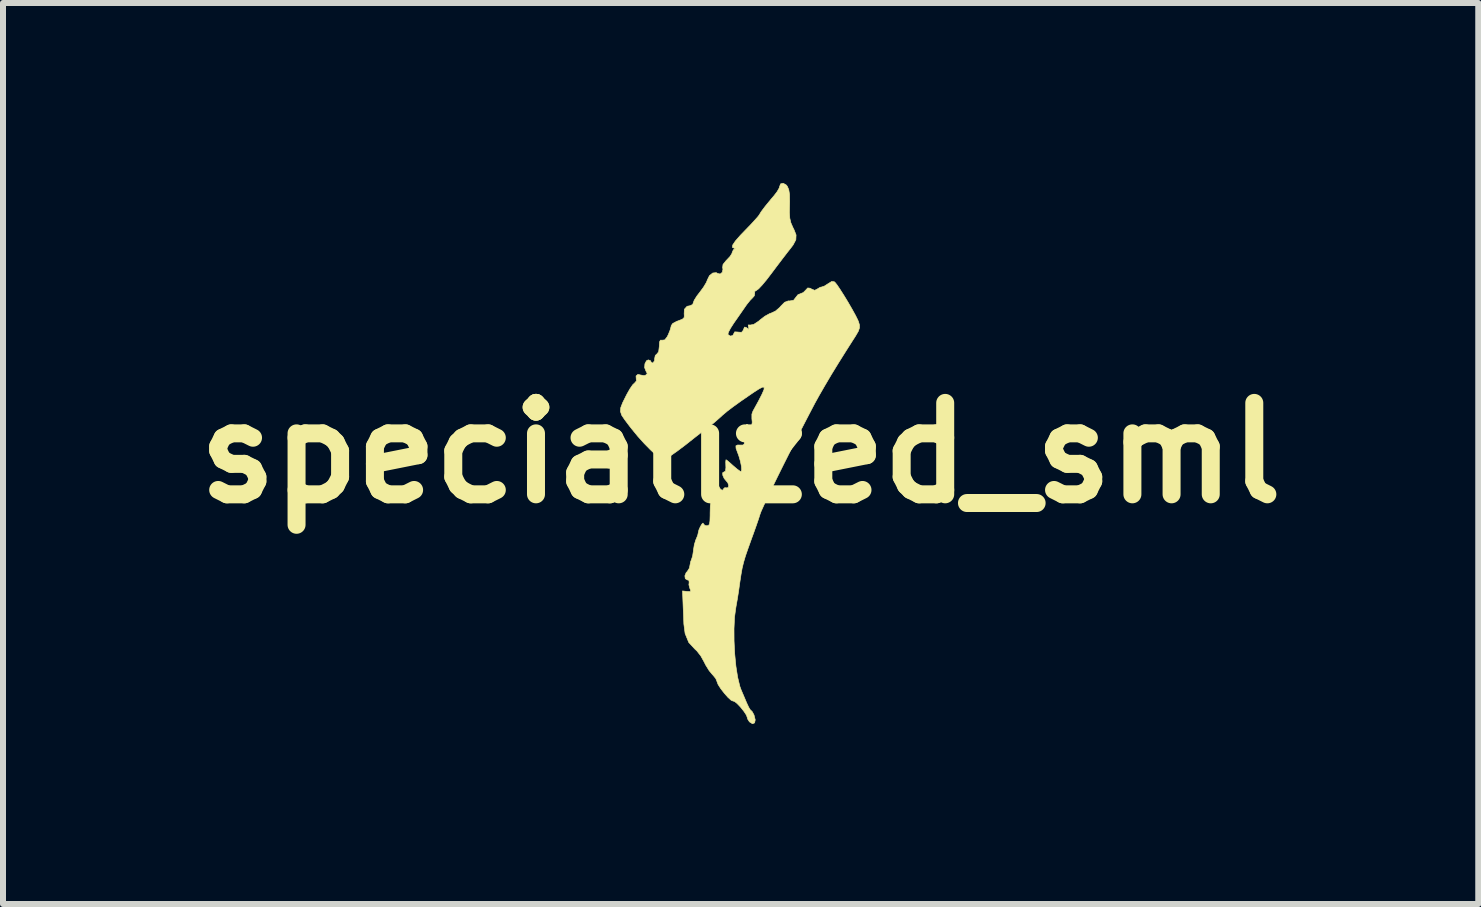
<source format=kicad_pcb>
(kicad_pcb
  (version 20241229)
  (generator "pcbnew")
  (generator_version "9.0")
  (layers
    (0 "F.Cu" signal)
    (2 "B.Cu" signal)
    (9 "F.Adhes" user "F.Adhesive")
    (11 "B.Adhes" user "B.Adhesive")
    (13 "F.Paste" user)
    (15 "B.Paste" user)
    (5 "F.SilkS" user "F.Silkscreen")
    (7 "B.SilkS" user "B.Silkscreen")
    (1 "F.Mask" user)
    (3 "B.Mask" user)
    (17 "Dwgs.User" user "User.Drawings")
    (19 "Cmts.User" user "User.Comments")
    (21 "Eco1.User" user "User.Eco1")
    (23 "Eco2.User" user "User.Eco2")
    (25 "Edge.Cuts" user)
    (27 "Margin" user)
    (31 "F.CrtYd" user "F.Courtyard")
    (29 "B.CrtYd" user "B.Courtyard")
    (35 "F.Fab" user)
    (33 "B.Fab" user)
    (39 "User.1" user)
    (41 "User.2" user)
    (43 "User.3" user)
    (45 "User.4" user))
  (footprint "specialized_sml"
    (layer "F.Cu")
    (at 9.296 4.501)
    (property "Reference" "specialized_sml" (at 0 0 0) (layer "F.SilkS") (effects (font (size 1.524 1.524) (thickness 0.3))))
    (attr through_hole)
    (fp_poly (pts (xy 0.761 -4.467) (xy 0.779 -4.445) (xy 0.803 -4.389) (xy 0.816 -4.309) (xy 0.818 -4.191) (xy 0.817 -4.142) (xy 0.814 -4.009) (xy 0.82 -3.914) (xy 0.838 -3.837) (xy 0.871 -3.761) (xy 0.891 -3.721) (xy 0.925 -3.634) (xy 0.921 -3.554) (xy 0.875 -3.467) (xy 0.832 -3.41) (xy 0.775 -3.338) (xy 0.696 -3.235) (xy 0.605 -3.115) (xy 0.518 -2.999) (xy 0.434 -2.889) (xy 0.359 -2.799) (xy 0.3 -2.736) (xy 0.264 -2.71) (xy 0.262 -2.709) (xy 0.233 -2.691) (xy 0.236 -2.668) (xy 0.229 -2.62) (xy 0.203 -2.59) (xy 0.159 -2.545) (xy 0.102 -2.474) (xy 0.079 -2.441) (xy 0.021 -2.357) (xy -0.052 -2.252) (xy -0.113 -2.165) (xy -0.167 -2.081) (xy -0.203 -2.013) (xy -0.212 -1.976) (xy -0.211 -1.975) (xy -0.173 -1.949) (xy -0.131 -1.957) (xy -0.113 -1.99) (xy -0.098 -2.019) (xy -0.046 -2.016) (xy -0.041 -2.015) (xy 0.016 -2.011) (xy 0.043 -2.043) (xy 0.048 -2.057) (xy 0.066 -2.099) (xy 0.096 -2.091) (xy 0.108 -2.082) (xy 0.139 -2.061) (xy 0.137 -2.085) (xy 0.132 -2.097) (xy 0.127 -2.134) (xy 0.161 -2.133) (xy 0.163 -2.133) (xy 0.219 -2.143) (xy 0.301 -2.197) (xy 0.325 -2.218) (xy 0.404 -2.279) (xy 0.482 -2.322) (xy 0.515 -2.334) (xy 0.581 -2.365) (xy 0.651 -2.425) (xy 0.669 -2.446) (xy 0.734 -2.512) (xy 0.794 -2.535) (xy 0.817 -2.534) (xy 0.883 -2.545) (xy 0.917 -2.589) (xy 0.956 -2.638) (xy 0.993 -2.653) (xy 1.045 -2.674) (xy 1.082 -2.711) (xy 1.119 -2.751) (xy 1.16 -2.746) (xy 1.182 -2.733) (xy 1.235 -2.711) (xy 1.273 -2.73) (xy 1.275 -2.731) (xy 1.327 -2.762) (xy 1.349 -2.766) (xy 1.397 -2.782) (xy 1.459 -2.822) (xy 1.46 -2.822) (xy 1.519 -2.859) (xy 1.561 -2.854) (xy 1.571 -2.847) (xy 1.604 -2.807) (xy 1.657 -2.729) (xy 1.722 -2.627) (xy 1.792 -2.512) (xy 1.859 -2.396) (xy 1.916 -2.293) (xy 1.955 -2.214) (xy 1.966 -2.187) (xy 1.982 -2.133) (xy 1.982 -2.086) (xy 1.963 -2.03) (xy 1.919 -1.954) (xy 1.86 -1.862) (xy 1.75 -1.689) (xy 1.631 -1.499) (xy 1.512 -1.305) (xy 1.402 -1.119) (xy 1.307 -0.954) (xy 1.24 -0.833) (xy 1.142 -0.646) (xy 1.037 -0.443) (xy 0.929 -0.23) (xy 0.82 -0.014) (xy 0.713 0.199) (xy 0.613 0.401) (xy 0.523 0.586) (xy 0.446 0.747) (xy 0.385 0.878) (xy 0.343 0.971) (xy 0.326 1.016) (xy 0.3 1.098) (xy 0.26 1.214) (xy 0.213 1.346) (xy 0.184 1.425) (xy 0.125 1.59) (xy 0.081 1.717) (xy 0.05 1.822) (xy 0.026 1.92) (xy 0.007 2.028) (xy -0.013 2.159) (xy -0.015 2.173) (xy -0.034 2.309) (xy -0.055 2.441) (xy -0.074 2.548) (xy -0.079 2.577) (xy -0.101 2.736) (xy -0.11 2.927) (xy -0.109 3.136) (xy -0.098 3.35) (xy -0.078 3.556) (xy -0.049 3.74) (xy -0.013 3.889) (xy 0.01 3.952) (xy 0.049 4.043) (xy 0.093 4.147) (xy 0.103 4.17) (xy 0.136 4.241) (xy 0.163 4.284) (xy 0.171 4.29) (xy 0.194 4.313) (xy 0.224 4.369) (xy 0.225 4.373) (xy 0.244 4.45) (xy 0.233 4.5) (xy 0.198 4.514) (xy 0.147 4.482) (xy 0.117 4.434) (xy 0.113 4.415) (xy 0.096 4.369) (xy 0.053 4.304) (xy -0.003 4.234) (xy -0.06 4.175) (xy -0.106 4.14) (xy -0.123 4.137) (xy -0.157 4.123) (xy -0.21 4.075) (xy -0.271 4.006) (xy -0.33 3.93) (xy -0.375 3.86) (xy -0.395 3.809) (xy -0.395 3.805) (xy -0.415 3.759) (xy -0.462 3.702) (xy -0.469 3.695) (xy -0.524 3.629) (xy -0.581 3.537) (xy -0.61 3.48) (xy -0.663 3.384) (xy -0.728 3.301) (xy -0.763 3.268) (xy -0.864 3.159) (xy -0.925 3.01) (xy -0.946 2.85) (xy -0.95 2.736) (xy -0.956 2.6) (xy -0.96 2.498) (xy -0.968 2.3) (xy -0.892 2.309) (xy -0.839 2.31) (xy -0.832 2.289) (xy -0.845 2.261) (xy -0.862 2.197) (xy -0.858 2.161) (xy -0.861 2.123) (xy -0.886 2.117) (xy -0.922 2.096) (xy -0.929 2.048) (xy -0.907 1.994) (xy -0.889 1.976) (xy -0.853 1.919) (xy -0.847 1.886) (xy -0.833 1.813) (xy -0.82 1.78) (xy -0.8 1.719) (xy -0.787 1.634) (xy -0.786 1.62) (xy -0.771 1.527) (xy -0.746 1.446) (xy -0.742 1.439) (xy -0.715 1.372) (xy -0.705 1.326) (xy -0.695 1.283) (xy -0.672 1.231) (xy -0.647 1.188) (xy -0.627 1.169) (xy -0.622 1.178) (xy -0.597 1.207) (xy -0.564 1.214) (xy -0.536 1.209) (xy -0.519 1.186) (xy -0.511 1.134) (xy -0.508 1.04) (xy -0.508 1.001) (xy -0.505 0.884) (xy -0.495 0.814) (xy -0.477 0.779) (xy -0.466 0.772) (xy -0.434 0.73) (xy -0.423 0.648) (xy -0.416 0.571) (xy -0.399 0.527) (xy -0.377 0.525) (xy -0.359 0.565) (xy -0.334 0.607) (xy -0.303 0.622) (xy -0.283 0.602) (xy -0.282 0.594) (xy -0.262 0.578) (xy -0.24 0.582) (xy -0.207 0.578) (xy -0.198 0.542) (xy -0.214 0.495) (xy -0.237 0.469) (xy -0.274 0.424) (xy -0.297 0.372) (xy -0.299 0.33) (xy -0.277 0.317) (xy -0.252 0.303) (xy -0.245 0.244) (xy -0.246 0.219) (xy -0.248 0.151) (xy -0.244 0.115) (xy -0.243 0.113) (xy -0.218 0.13) (xy -0.166 0.175) (xy -0.125 0.212) (xy -0.059 0.268) (xy -0.009 0.304) (xy 0.007 0.31) (xy 0.018 0.286) (xy 0.014 0.224) (xy -0.003 0.139) (xy -0.03 0.047) (xy -0.046 0.004) (xy -0.076 -0.077) (xy -0.078 -0.119) (xy -0.05 -0.133) (xy -0.007 -0.132) (xy 0.037 -0.132) (xy 0.059 -0.147) (xy 0.066 -0.19) (xy 0.063 -0.276) (xy 0.062 -0.287) (xy 0.064 -0.388) (xy 0.08 -0.454) (xy 0.106 -0.479) (xy 0.138 -0.456) (xy 0.143 -0.449) (xy 0.167 -0.434) (xy 0.186 -0.46) (xy 0.194 -0.513) (xy 0.188 -0.572) (xy 0.188 -0.647) (xy 0.206 -0.697) (xy 0.296 -0.861) (xy 0.357 -0.98) (xy 0.39 -1.056) (xy 0.393 -1.095) (xy 0.367 -1.098) (xy 0.312 -1.071) (xy 0.226 -1.016) (xy 0.182 -0.986) (xy 0.012 -0.869) (xy -0.119 -0.775) (xy -0.222 -0.697) (xy -0.304 -0.628) (xy -0.344 -0.591) (xy -0.435 -0.511) (xy -0.536 -0.43) (xy -0.564 -0.409) (xy -0.655 -0.342) (xy -0.744 -0.273) (xy -0.771 -0.252) (xy -0.921 -0.133) (xy -1.055 -0.032) (xy -1.165 0.045) (xy -1.244 0.095) (xy -1.288 0.113) (xy -1.288 0.113) (xy -1.335 0.092) (xy -1.409 0.035) (xy -1.502 -0.052) (xy -1.607 -0.159) (xy -1.715 -0.279) (xy -1.818 -0.405) (xy -1.851 -0.447) (xy -1.931 -0.553) (xy -1.982 -0.629) (xy -2.003 -0.692) (xy -1.998 -0.755) (xy -1.967 -0.836) (xy -1.911 -0.949) (xy -1.894 -0.982) (xy -1.844 -1.07) (xy -1.798 -1.137) (xy -1.766 -1.167) (xy -1.736 -1.202) (xy -1.739 -1.225) (xy -1.743 -1.283) (xy -1.712 -1.31) (xy -1.669 -1.3) (xy -1.608 -1.289) (xy -1.581 -1.298) (xy -1.556 -1.325) (xy -1.577 -1.364) (xy -1.578 -1.366) (xy -1.6 -1.422) (xy -1.595 -1.487) (xy -1.569 -1.537) (xy -1.538 -1.552) (xy -1.5 -1.536) (xy -1.496 -1.522) (xy -1.476 -1.501) (xy -1.46 -1.503) (xy -1.435 -1.537) (xy -1.433 -1.573) (xy -1.422 -1.626) (xy -1.398 -1.647) (xy -1.366 -1.687) (xy -1.355 -1.778) (xy -1.355 -1.779) (xy -1.351 -1.852) (xy -1.336 -1.881) (xy -1.305 -1.88) (xy -1.264 -1.885) (xy -1.225 -1.935) (xy -1.206 -1.972) (xy -1.175 -2.049) (xy -1.158 -2.111) (xy -1.157 -2.121) (xy -1.132 -2.158) (xy -1.065 -2.194) (xy -1.042 -2.202) (xy -0.97 -2.23) (xy -0.94 -2.259) (xy -0.939 -2.303) (xy -0.941 -2.315) (xy -0.937 -2.396) (xy -0.892 -2.445) (xy -0.841 -2.455) (xy -0.798 -2.476) (xy -0.79 -2.501) (xy -0.773 -2.546) (xy -0.729 -2.616) (xy -0.682 -2.677) (xy -0.619 -2.762) (xy -0.571 -2.842) (xy -0.554 -2.885) (xy -0.519 -2.956) (xy -0.464 -3) (xy -0.406 -3.006) (xy -0.383 -2.993) (xy -0.34 -2.983) (xy -0.305 -3.012) (xy -0.294 -3.064) (xy -0.3 -3.089) (xy -0.293 -3.143) (xy -0.237 -3.212) (xy -0.23 -3.218) (xy -0.174 -3.278) (xy -0.143 -3.329) (xy -0.141 -3.34) (xy -0.121 -3.386) (xy -0.106 -3.396) (xy -0.085 -3.409) (xy -0.106 -3.413) (xy -0.137 -3.427) (xy -0.132 -3.466) (xy -0.087 -3.533) (xy -0.002 -3.63) (xy 0.081 -3.716) (xy 0.171 -3.809) (xy 0.245 -3.89) (xy 0.296 -3.948) (xy 0.313 -3.973) (xy 0.343 -4.022) (xy 0.409 -4.11) (xy 0.514 -4.238) (xy 0.557 -4.288) (xy 0.611 -4.359) (xy 0.644 -4.418) (xy 0.649 -4.438) (xy 0.667 -4.486) (xy 0.71 -4.496) (xy 0.761 -4.467)) (stroke (width 0.01) (type solid)) (fill yes) (layer "F.SilkS")))
  (gr_rect
    (start -3 -3)
    (end 21.593 12.02)
    (stroke (width 0.1) (type default))
    (fill no)
    (layer "Edge.Cuts")))
</source>
